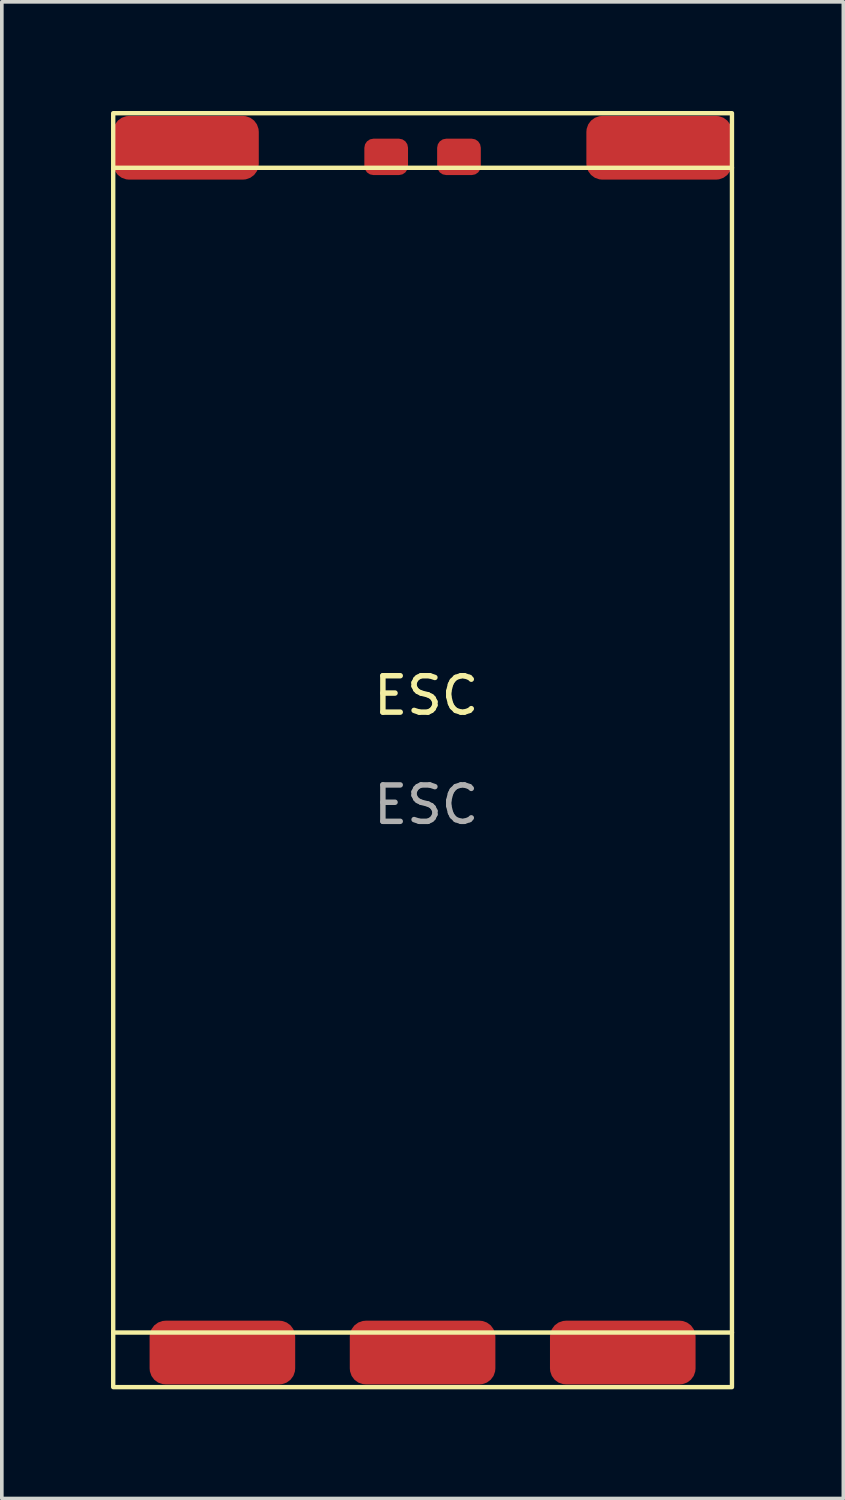
<source format=kicad_pcb>
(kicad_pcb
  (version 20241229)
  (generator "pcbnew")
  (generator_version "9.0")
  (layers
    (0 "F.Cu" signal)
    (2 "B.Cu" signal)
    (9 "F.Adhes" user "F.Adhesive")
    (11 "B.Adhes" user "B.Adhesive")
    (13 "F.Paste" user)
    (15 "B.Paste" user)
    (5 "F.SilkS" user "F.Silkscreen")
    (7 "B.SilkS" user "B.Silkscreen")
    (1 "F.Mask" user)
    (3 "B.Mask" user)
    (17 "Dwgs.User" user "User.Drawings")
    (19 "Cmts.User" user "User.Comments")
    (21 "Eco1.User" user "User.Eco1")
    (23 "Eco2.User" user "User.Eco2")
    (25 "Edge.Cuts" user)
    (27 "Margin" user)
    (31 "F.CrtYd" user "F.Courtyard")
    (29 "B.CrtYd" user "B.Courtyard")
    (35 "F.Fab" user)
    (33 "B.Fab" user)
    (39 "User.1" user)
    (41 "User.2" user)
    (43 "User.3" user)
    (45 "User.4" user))
  (footprint "ESC"
    (layer "F.Cu")
    (at 8.56 17.56)
    (property "Reference" "ESC" (at 0.1 -1.5 0) (unlocked yes) (layer "F.SilkS") (effects (font (size 1 1) (thickness 0.15))))
    (attr smd)
    (fp_line (start -8.5 16) (end 8.5 16) (stroke (width 0.12) (type default)) (layer "F.SilkS"))
    (fp_line (start 8.5 -16) (end -8.5 -16) (stroke (width 0.12) (type default)) (layer "F.SilkS"))
    (fp_rect (start -8.5 -17.5) (end 8.5 17.5) (stroke (width 0.12) (type default)) (fill no) (layer "F.SilkS"))
    (fp_text user "${REFERENCE}" (at 0.1 1.5 0) (unlocked yes) (layer "F.Fab") (effects (font (size 1 1) (thickness 0.15))))
    (pad "1" smd roundrect (at -6.5 -16.55) (size 4 1.75) (layers "F.Cu" "F.Mask" "F.Paste") (roundrect_rratio 0.25))
    (pad "2" smd roundrect (at 6.5 -16.55) (size 4 1.75) (layers "F.Cu" "F.Mask" "F.Paste") (roundrect_rratio 0.25))
    (pad "3" smd roundrect (at -5.5 16.55) (size 4 1.75) (layers "F.Cu" "F.Mask" "F.Paste") (roundrect_rratio 0.25))
    (pad "4" smd roundrect (at 0 16.55) (size 4 1.75) (layers "F.Cu" "F.Mask" "F.Paste") (roundrect_rratio 0.25))
    (pad "5" smd roundrect (at 5.5 16.55) (size 4 1.75) (layers "F.Cu" "F.Mask" "F.Paste") (roundrect_rratio 0.25))
    (pad "6" smd roundrect (at -1 -16.3) (size 1.2 1) (layers "F.Cu" "F.Mask" "F.Paste") (roundrect_rratio 0.25))
    (pad "7" smd roundrect (at 1 -16.3) (size 1.2 1) (layers "F.Cu" "F.Mask" "F.Paste") (roundrect_rratio 0.25)))
  (gr_rect
    (start -3 -3)
    (end 20.12 38.12)
    (stroke (width 0.1) (type default))
    (fill no)
    (layer "Edge.Cuts")))
</source>
